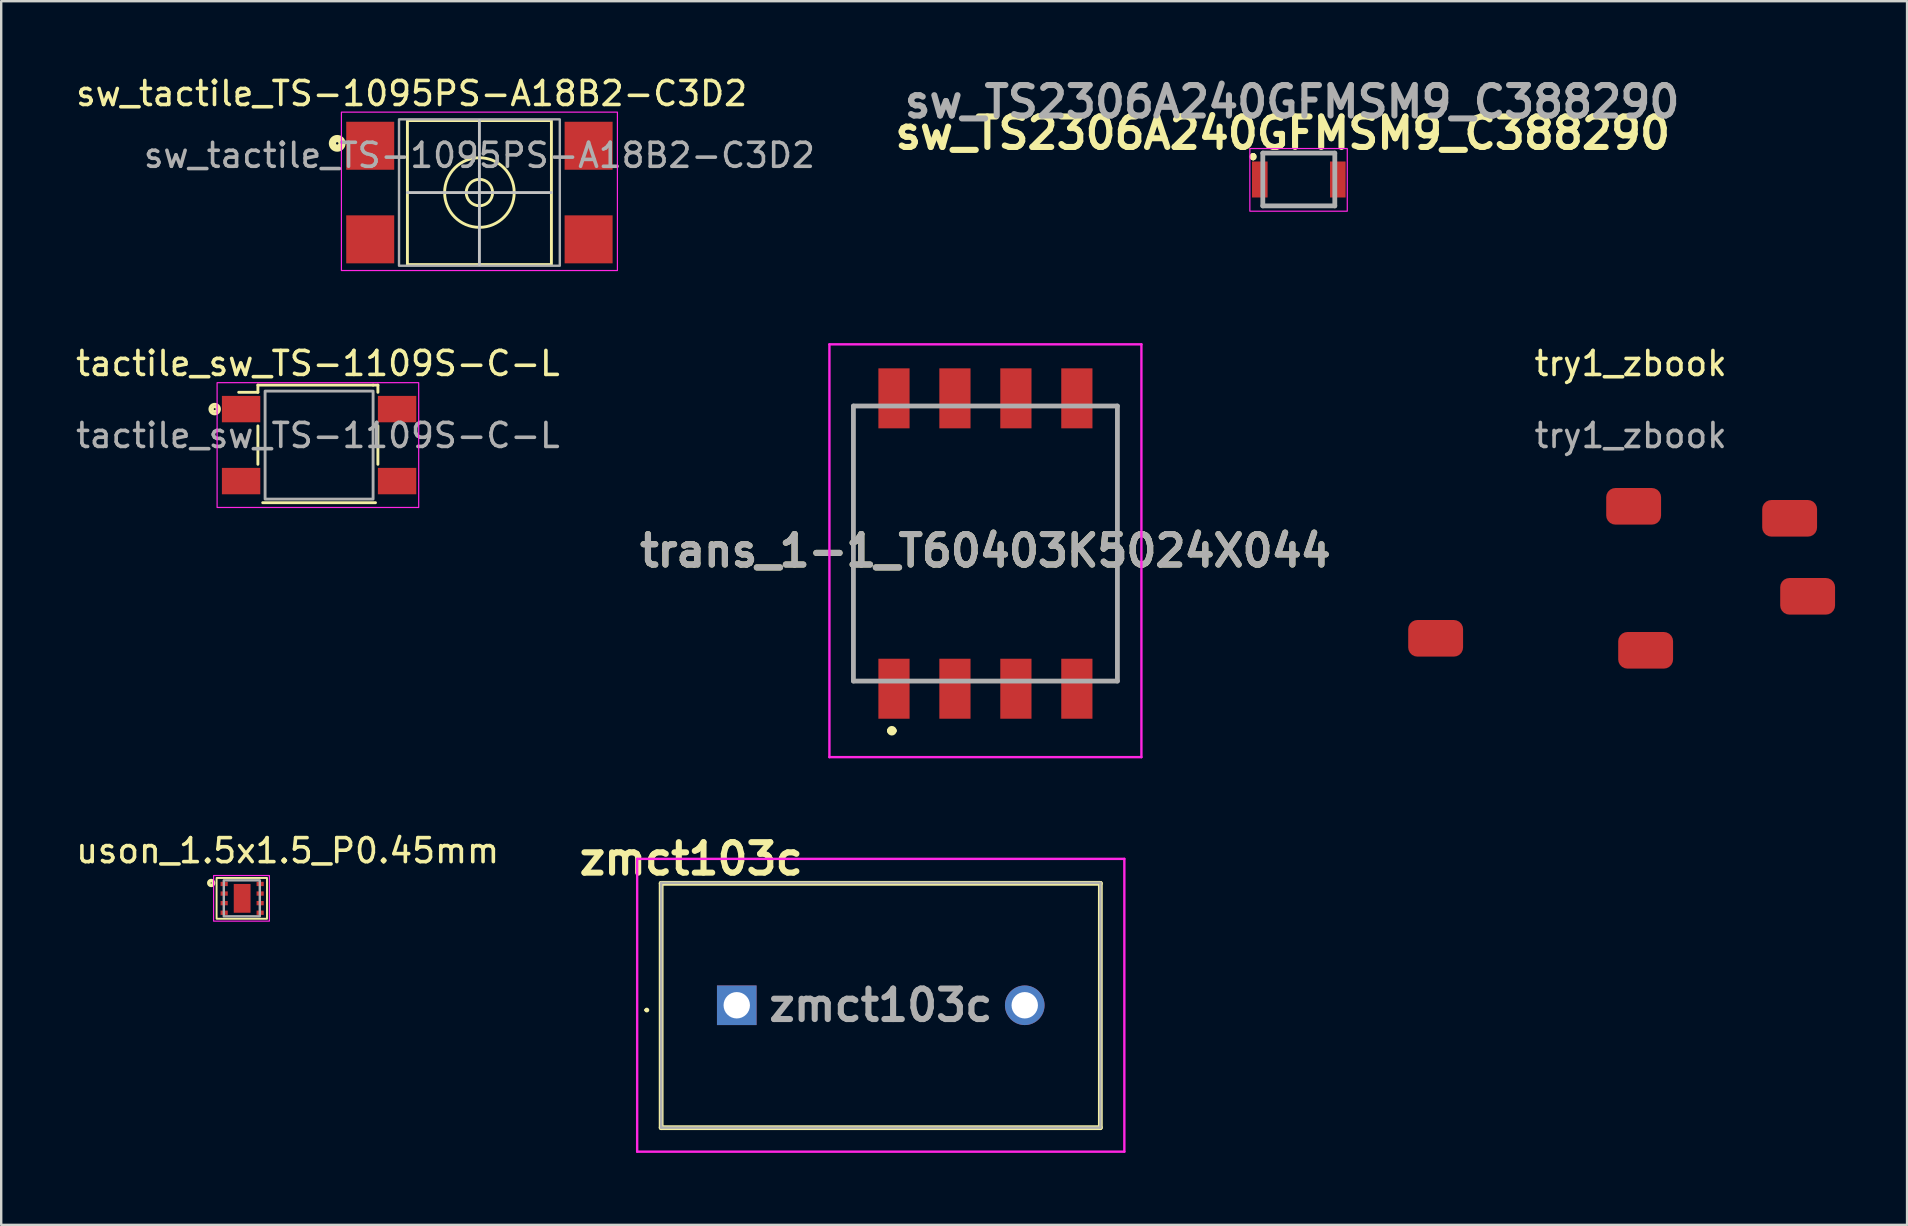
<source format=kicad_pcb>
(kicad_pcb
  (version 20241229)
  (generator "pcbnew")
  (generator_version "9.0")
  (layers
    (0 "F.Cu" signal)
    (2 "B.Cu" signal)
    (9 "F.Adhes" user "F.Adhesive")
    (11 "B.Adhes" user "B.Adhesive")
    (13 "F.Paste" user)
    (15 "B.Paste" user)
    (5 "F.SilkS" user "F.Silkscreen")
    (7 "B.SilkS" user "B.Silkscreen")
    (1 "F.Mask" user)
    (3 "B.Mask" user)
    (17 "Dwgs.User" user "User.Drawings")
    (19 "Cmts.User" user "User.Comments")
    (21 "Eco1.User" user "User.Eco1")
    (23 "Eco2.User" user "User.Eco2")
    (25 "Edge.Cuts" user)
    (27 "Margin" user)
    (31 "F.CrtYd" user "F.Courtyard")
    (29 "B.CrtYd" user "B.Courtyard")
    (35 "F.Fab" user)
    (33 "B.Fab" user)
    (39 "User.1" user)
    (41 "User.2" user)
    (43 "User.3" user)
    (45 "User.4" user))
  (footprint "try1_zbook"
    (layer "F.Cu")
    (at 65.02 17.797)
    (property "Reference" "try1_zbook" (at -0.125 -5.7 0) (unlocked yes) (layer "F.SilkS") (effects (font (size 1 1) (thickness 0.15))))
    (attr smd)
    (fp_text user "${REFERENCE}" (at -0.125 -2.7 0) (unlocked yes) (layer "F.Fab") (effects (font (size 1 1) (thickness 0.15))))
    (pad "1" smd roundrect (at 0 0.25) (size 2.286 1.524) (layers "F.Cu" "F.Mask" "F.Paste") (roundrect_rratio 0.25))
    (pad "2" smd roundrect (at 6.5 0.75) (size 2.286 1.524) (layers "F.Cu" "F.Mask" "F.Paste") (roundrect_rratio 0.25))
    (pad "3" smd roundrect (at 0.5 6.25) (size 2.286 1.524) (layers "F.Cu" "F.Mask" "F.Paste") (roundrect_rratio 0.25))
    (pad "4" smd roundrect (at -8.25 5.75) (size 2.286 1.524) (layers "F.Cu" "F.Mask" "F.Paste") (roundrect_rratio 0.25))
    (pad "5" smd roundrect (at 7.25 4) (size 2.286 1.524) (layers "F.Cu" "F.Mask" "F.Paste") (roundrect_rratio 0.25)))
  (footprint "trans_1-1_T60403K5024X044"
    (layer "F.Cu")
    (at 38.01 19.598)
    (property "Reference" "trans_1-1_T60403K5024X044" (at 0 0.3 0) (layer "F.SilkS") (effects (font (size 1.27 1.27) (thickness 0.254))))
    (attr smd)
    (fp_line (start -5.5 -5.73) (end -5.5 5.73) (stroke (width 0.1) (type solid)) (layer "F.SilkS"))
    (fp_line (start -4 7.8) (end -4 7.8) (stroke (width 0.2) (type solid)) (layer "F.SilkS"))
    (fp_line (start -3.8 7.8) (end -3.8 7.8) (stroke (width 0.2) (type solid)) (layer "F.SilkS"))
    (fp_line (start 5.5 -5.73) (end 5.5 5.73) (stroke (width 0.1) (type solid)) (layer "F.SilkS"))
    (fp_arc (start -4 7.8) (mid -3.9 7.7) (end -3.8 7.8) (stroke (width 0.2) (type solid)) (layer "F.SilkS"))
    (fp_arc (start -3.8 7.8) (mid -3.9 7.9) (end -4 7.8) (stroke (width 0.2) (type solid)) (layer "F.SilkS"))
    (fp_line (start -6.5 -8.3) (end 6.5 -8.3) (stroke (width 0.1) (type solid)) (layer "F.CrtYd"))
    (fp_line (start -6.5 8.9) (end -6.5 -8.3) (stroke (width 0.1) (type solid)) (layer "F.CrtYd"))
    (fp_line (start 6.5 -8.3) (end 6.5 8.9) (stroke (width 0.1) (type solid)) (layer "F.CrtYd"))
    (fp_line (start 6.5 8.9) (end -6.5 8.9) (stroke (width 0.1) (type solid)) (layer "F.CrtYd"))
    (fp_line (start -5.5 -5.73) (end 5.5 -5.73) (stroke (width 0.2) (type solid)) (layer "F.Fab"))
    (fp_line (start -5.5 5.73) (end -5.5 -5.73) (stroke (width 0.2) (type solid)) (layer "F.Fab"))
    (fp_line (start 5.5 -5.73) (end 5.5 5.73) (stroke (width 0.2) (type solid)) (layer "F.Fab"))
    (fp_line (start 5.5 5.73) (end -5.5 5.73) (stroke (width 0.2) (type solid)) (layer "F.Fab"))
    (fp_text user "${REFERENCE}" (at 0 0.3 0) (layer "F.Fab") (effects (font (size 1.27 1.27) (thickness 0.254))))
    (pad "1" smd rect (at -3.81 6.05) (size 1.3 2.5) (layers "F.Cu" "F.Mask" "F.Paste"))
    (pad "2" smd rect (at -1.27 6.05) (size 1.3 2.5) (layers "F.Cu" "F.Mask" "F.Paste"))
    (pad "3" smd rect (at 1.27 6.05) (size 1.3 2.5) (layers "F.Cu" "F.Mask" "F.Paste"))
    (pad "4" smd rect (at 3.81 6.05) (size 1.3 2.5) (layers "F.Cu" "F.Mask" "F.Paste"))
    (pad "5" smd rect (at 3.81 -6.05) (size 1.3 2.5) (layers "F.Cu" "F.Mask" "F.Paste"))
    (pad "6" smd rect (at 1.27 -6.05) (size 1.3 2.5) (layers "F.Cu" "F.Mask" "F.Paste"))
    (pad "7" smd rect (at -1.27 -6.05) (size 1.3 2.5) (layers "F.Cu" "F.Mask" "F.Paste"))
    (pad "8" smd rect (at -3.81 -6.05) (size 1.3 2.5) (layers "F.Cu" "F.Mask" "F.Paste")))
  (footprint "sw_TS2306A240GFMSM9_C388290"
    (layer "F.Cu")
    (at 51.068 4.429)
    (property "Reference" "sw_TS2306A240GFMSM9_C388290" (at -0.67 -1.93 0) (layer "F.SilkS") (effects (font (size 1.27 1.27) (thickness 0.254))))
    (attr smd)
    (fp_line (start -1.9 -1) (end -1.9 -1) (stroke (width 0.2) (type solid)) (layer "F.SilkS"))
    (fp_line (start -1.9 -1) (end -1.9 -1) (stroke (width 0.2) (type solid)) (layer "F.SilkS"))
    (fp_line (start -1.9 -0.9) (end -1.9 -0.9) (stroke (width 0.2) (type solid)) (layer "F.SilkS"))
    (fp_line (start -1.25 -1.1) (end -1.25 -1.1) (stroke (width 0.1) (type solid)) (layer "F.SilkS"))
    (fp_line (start -1.25 -1.1) (end 1.25 -1.1) (stroke (width 0.1) (type solid)) (layer "F.SilkS"))
    (fp_line (start -1.25 1.1) (end -1.25 1.1) (stroke (width 0.1) (type solid)) (layer "F.SilkS"))
    (fp_line (start -1.25 1.1) (end 1.25 1.1) (stroke (width 0.1) (type solid)) (layer "F.SilkS"))
    (fp_line (start 1.25 -1.1) (end -1.25 -1.1) (stroke (width 0.1) (type solid)) (layer "F.SilkS"))
    (fp_line (start 1.25 -1.1) (end 1.25 -1.1) (stroke (width 0.1) (type solid)) (layer "F.SilkS"))
    (fp_line (start 1.25 1.1) (end -1.25 1.1) (stroke (width 0.1) (type solid)) (layer "F.SilkS"))
    (fp_line (start 1.25 1.1) (end 1.25 1.1) (stroke (width 0.1) (type solid)) (layer "F.SilkS"))
    (fp_arc (start -1.9 -1) (mid -1.85 -0.95) (end -1.9 -0.9) (stroke (width 0.2) (type solid)) (layer "F.SilkS"))
    (fp_arc (start -1.9 -0.9) (mid -1.95 -0.95) (end -1.9 -1) (stroke (width 0.2) (type solid)) (layer "F.SilkS"))
    (fp_arc (start -1.9 -0.9) (mid -1.95 -0.95) (end -1.9 -1) (stroke (width 0.2) (type solid)) (layer "F.SilkS"))
    (fp_rect (start -2.04 -1.29) (end 2.02 1.32) (stroke (width 0.05) (type default)) (fill no) (layer "F.CrtYd"))
    (fp_line (start -1.5 -1.1) (end -1.5 1.1) (stroke (width 0.2) (type solid)) (layer "F.Fab"))
    (fp_line (start -1.5 1.1) (end 1.5 1.1) (stroke (width 0.2) (type solid)) (layer "F.Fab"))
    (fp_line (start 1.5 -1.1) (end -1.5 -1.1) (stroke (width 0.2) (type solid)) (layer "F.Fab"))
    (fp_line (start 1.5 1.1) (end 1.5 -1.1) (stroke (width 0.2) (type solid)) (layer "F.Fab"))
    (fp_text user "${REFERENCE}" (at -0.28 -3.24 0) (layer "F.Fab") (effects (font (size 1.27 1.27) (thickness 0.254))))
    (pad "1" smd rect (at -1.625 0) (size 0.65 1.5) (layers "F.Cu" "F.Mask" "F.Paste"))
    (pad "2" smd rect (at 1.625 0) (size 0.65 1.5) (layers "F.Cu" "F.Mask" "F.Paste")))
  (footprint "sw_tactile_TS-1095PS-A18B2-C3D2"
    (layer "F.Cu")
    (at 12.376 3.023)
    (property "Reference" "sw_tactile_TS-1095PS-A18B2-C3D2" (at 1.725 -2.175 0) (unlocked yes) (layer "F.SilkS") (effects (font (size 1 1) (thickness 0.15))))
    (attr smd)
    (fp_rect (start 1.55 -1.05) (end 7.55 4.95) (stroke (width 0.12) (type default)) (fill no) (layer "F.SilkS"))
    (fp_circle (center -1.375 -0.1) (end -1.175 -0.1) (stroke (width 0.3) (type default)) (fill no) (layer "F.SilkS"))
    (fp_circle (center 4.55 1.95) (end 5.1 1.95) (stroke (width 0.12) (type default)) (fill no) (layer "F.SilkS"))
    (fp_circle (center 4.55 1.95) (end 6 1.95) (stroke (width 0.12) (type default)) (fill no) (layer "F.SilkS"))
    (fp_line (start 1.55 1.95) (end 7.55 1.95) (stroke (width 0.12) (type default)) (layer "Dwgs.User"))
    (fp_line (start 4.55 -1.05) (end 4.55 4.95) (stroke (width 0.12) (type default)) (layer "Dwgs.User"))
    (fp_rect (start -1.2 -1.4) (end 10.3 5.2) (stroke (width 0.05) (type default)) (fill no) (layer "F.CrtYd"))
    (fp_rect (start 1.2 -1.1) (end 7.9 5) (stroke (width 0.1) (type default)) (fill no) (layer "F.Fab"))
    (fp_text user "${REFERENCE}" (at 4.55 0.4 0) (unlocked yes) (layer "F.Fab") (effects (font (size 1 1) (thickness 0.15))))
    (pad "1" smd rect (at 0 0) (size 2 2) (layers "F.Cu" "F.Mask" "F.Paste"))
    (pad "1" smd rect (at 9.1 0) (size 2 2) (layers "F.Cu" "F.Mask" "F.Paste"))
    (pad "2" smd rect (at 0 3.9) (size 2 2) (layers "F.Cu" "F.Mask" "F.Paste"))
    (pad "2" smd rect (at 9.1 3.9) (size 2 2) (layers "F.Cu" "F.Mask" "F.Paste")))
  (footprint "zmct103c"
    (layer "F.Cu")
    (at 27.649 38.837)
    (property "Reference" "zmct103c" (at -1.9 -6.1 0) (layer "F.SilkS") (effects (font (size 1.27 1.27) (thickness 0.254))))
    (attr through_hole)
    (fp_line (start -3.8 0.2) (end -3.8 0.2) (stroke (width 0.1) (type solid)) (layer "F.SilkS"))
    (fp_line (start -3.7 0.2) (end -3.7 0.2) (stroke (width 0.1) (type solid)) (layer "F.SilkS"))
    (fp_line (start -3.15 -5.08) (end 15.15 -5.08) (stroke (width 0.2) (type solid)) (layer "F.SilkS"))
    (fp_line (start -3.15 5.1) (end -3.15 -5.08) (stroke (width 0.2) (type solid)) (layer "F.SilkS"))
    (fp_line (start 15.15 -5.08) (end 15.15 5.1) (stroke (width 0.2) (type solid)) (layer "F.SilkS"))
    (fp_line (start 15.15 5.1) (end -3.15 5.1) (stroke (width 0.2) (type solid)) (layer "F.SilkS"))
    (fp_arc (start -3.8 0.2) (mid -3.75 0.15) (end -3.7 0.2) (stroke (width 0.1) (type solid)) (layer "F.SilkS"))
    (fp_arc (start -3.7 0.2) (mid -3.75 0.25) (end -3.8 0.2) (stroke (width 0.1) (type solid)) (layer "F.SilkS"))
    (fp_line (start -4.15 -6.1) (end 16.15 -6.1) (stroke (width 0.1) (type solid)) (layer "F.CrtYd"))
    (fp_line (start -4.15 6.1) (end -4.15 -6.1) (stroke (width 0.1) (type solid)) (layer "F.CrtYd"))
    (fp_line (start 16.15 -6.1) (end 16.15 6.1) (stroke (width 0.1) (type solid)) (layer "F.CrtYd"))
    (fp_line (start 16.15 6.1) (end -4.15 6.1) (stroke (width 0.1) (type solid)) (layer "F.CrtYd"))
    (fp_line (start -3.15 -5.1) (end 15.15 -5.1) (stroke (width 0.1) (type solid)) (layer "F.Fab"))
    (fp_line (start -3.15 5.1) (end -3.15 -5.1) (stroke (width 0.1) (type solid)) (layer "F.Fab"))
    (fp_line (start 15.15 -5.1) (end 15.15 5.1) (stroke (width 0.1) (type solid)) (layer "F.Fab"))
    (fp_line (start 15.15 5.1) (end -3.15 5.1) (stroke (width 0.1) (type solid)) (layer "F.Fab"))
    (fp_text user "${REFERENCE}" (at 6 0 0) (layer "F.Fab") (effects (font (size 1.27 1.27) (thickness 0.254))))
    (pad "1" thru_hole rect (at 0 0) (size 1.65 1.65) (drill 1.1) (layers "*.Cu" "*.Mask"))
    (pad "2" thru_hole circle (at 12 0) (size 1.65 1.65) (drill 1.1) (layers "*.Cu" "*.Mask")))
  (footprint "uson_1.5x1.5_P0.45mm"
    (layer "F.Cu")
    (at 7.525 34.532)
    (property "Reference" "uson_1.5x1.5_P0.45mm" (at 1.41 -2.135 0) (layer "F.SilkS") (effects (font (size 1 1) (thickness 0.15))))
    (attr smd)
    (fp_rect (start -1.55 -1) (end 0.55 0.7) (stroke (width 0.08) (type default)) (fill no) (layer "F.SilkS"))
    (fp_circle (center -1.775 -0.79) (end -1.675 -0.79) (stroke (width 0.15) (type solid)) (fill no) (layer "F.SilkS"))
    (fp_rect (start -1.675 -1.1) (end 0.65 0.8) (stroke (width 0.05) (type default)) (fill no) (layer "F.CrtYd"))
    (fp_rect (start -1.25 -0.9) (end 0.25 0.6) (stroke (width 0.1) (type default)) (fill no) (layer "F.Fab"))
    (pad "1" smd rect (at -1.235 -0.75) (size 0.3 0.18) (layers "F.Cu" "F.Mask" "F.Paste"))
    (pad "2" smd rect (at -1.235 -0.35) (size 0.3 0.18) (layers "F.Cu" "F.Mask" "F.Paste"))
    (pad "3" smd rect (at -1.235 0.05) (size 0.3 0.18) (layers "F.Cu" "F.Mask" "F.Paste"))
    (pad "4" smd rect (at -1.235 0.45) (size 0.3 0.18) (layers "F.Cu" "F.Mask" "F.Paste"))
    (pad "5" smd rect (at 0.265 0.45) (size 0.3 0.18) (layers "F.Cu" "F.Mask" "F.Paste"))
    (pad "6" smd rect (at 0.265 0.05) (size 0.3 0.18) (layers "F.Cu" "F.Mask" "F.Paste"))
    (pad "7" smd rect (at 0.265 -0.35) (size 0.3 0.18) (layers "F.Cu" "F.Mask" "F.Paste"))
    (pad "8" smd rect (at 0.265 -0.75) (size 0.3 0.18) (layers "F.Cu" "F.Mask" "F.Paste"))
    (pad "9" smd rect (at -0.485 -0.15) (size 0.7 1.2) (layers "F.Cu" "F.Mask" "F.Paste")))
  (footprint "tactile_sw_TS-1109S-C-L"
    (layer "F.Cu")
    (at 6.996 13.996)
    (property "Reference" "tactile_sw_TS-1109S-C-L" (at 3.2 -1.9 0) (unlocked yes) (layer "F.SilkS") (effects (font (size 1 1) (thickness 0.15))))
    (attr smd)
    (fp_line (start 0.7 -1) (end 0.7 -0.7) (stroke (width 0.12) (type default)) (layer "F.SilkS"))
    (fp_line (start 0.7 -0.7) (end -0.1 -0.7) (stroke (width 0.12) (type default)) (layer "F.SilkS"))
    (fp_line (start 0.7 0.7) (end 0.7 2.3) (stroke (width 0.12) (type default)) (layer "F.SilkS"))
    (fp_line (start 0.9 3.9) (end 5.6 3.9) (stroke (width 0.12) (type default)) (layer "F.SilkS"))
    (fp_line (start 5.5 -1) (end 0.7 -1) (stroke (width 0.12) (type default)) (layer "F.SilkS"))
    (fp_line (start 5.5 -1) (end 5.7 -1) (stroke (width 0.12) (type default)) (layer "F.SilkS"))
    (fp_line (start 5.7 -1) (end 5.7 -0.7) (stroke (width 0.12) (type default)) (layer "F.SilkS"))
    (fp_line (start 5.7 0.7) (end 5.7 2.3) (stroke (width 0.12) (type default)) (layer "F.SilkS"))
    (fp_circle (center -1.1 0) (end -1 0) (stroke (width 0.12) (type default)) (fill no) (layer "F.SilkS"))
    (fp_circle (center -1.1 0) (end -0.9 0) (stroke (width 0.12) (type default)) (fill no) (layer "F.SilkS"))
    (fp_rect (start -1 -1.1) (end 7.4 4.1) (stroke (width 0.05) (type default)) (fill no) (layer "F.CrtYd"))
    (fp_rect (start 1 -0.75) (end 5.5 3.75) (stroke (width 0.12) (type default)) (fill no) (layer "F.Fab"))
    (fp_text user "${REFERENCE}" (at 3.2 1.1 0) (unlocked yes) (layer "F.Fab") (effects (font (size 1 1) (thickness 0.15))))
    (pad "1" smd rect (at 0 0) (size 1.6 1.1) (layers "F.Cu" "F.Mask" "F.Paste"))
    (pad "1" smd rect (at 6.5 0) (size 1.6 1.1) (layers "F.Cu" "F.Mask" "F.Paste"))
    (pad "2" smd rect (at 0 3) (size 1.6 1.1) (layers "F.Cu" "F.Mask" "F.Paste"))
    (pad "2" smd rect (at 6.5 3) (size 1.6 1.1) (layers "F.Cu" "F.Mask" "F.Paste")))
  (gr_rect
    (start -3 -3)
    (end 76.413 47.987)
    (stroke (width 0.1) (type default))
    (fill no)
    (layer "Edge.Cuts")))
</source>
